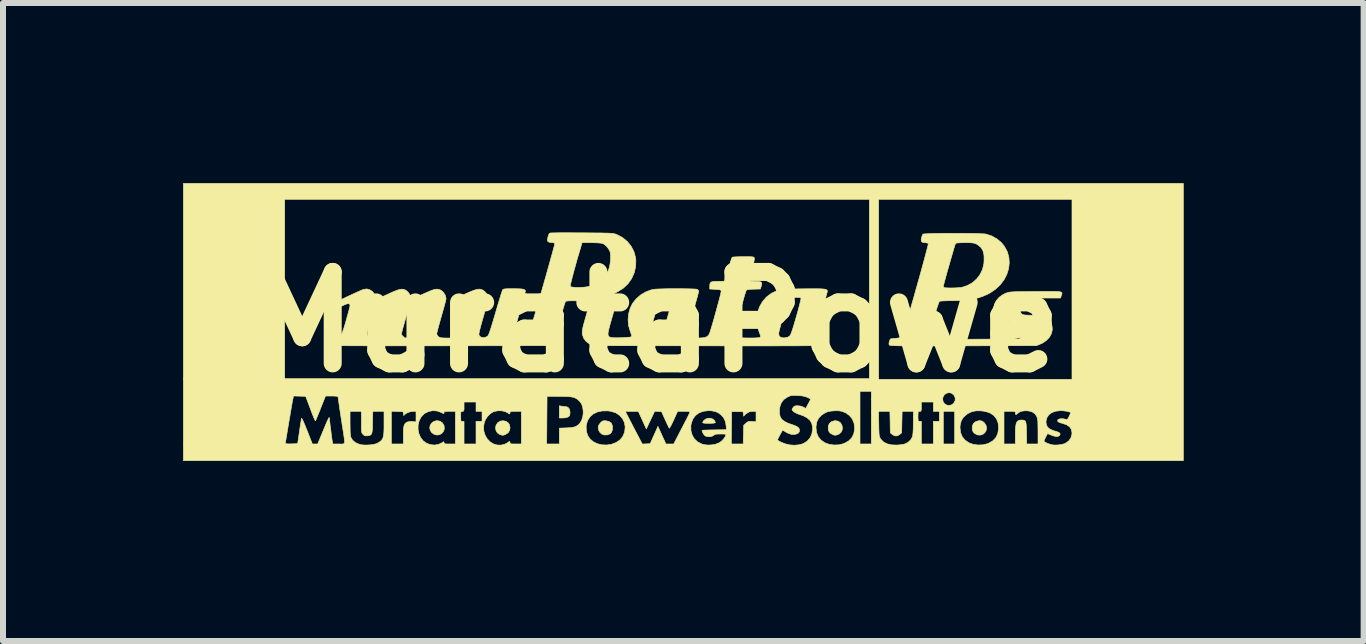
<source format=kicad_pcb>
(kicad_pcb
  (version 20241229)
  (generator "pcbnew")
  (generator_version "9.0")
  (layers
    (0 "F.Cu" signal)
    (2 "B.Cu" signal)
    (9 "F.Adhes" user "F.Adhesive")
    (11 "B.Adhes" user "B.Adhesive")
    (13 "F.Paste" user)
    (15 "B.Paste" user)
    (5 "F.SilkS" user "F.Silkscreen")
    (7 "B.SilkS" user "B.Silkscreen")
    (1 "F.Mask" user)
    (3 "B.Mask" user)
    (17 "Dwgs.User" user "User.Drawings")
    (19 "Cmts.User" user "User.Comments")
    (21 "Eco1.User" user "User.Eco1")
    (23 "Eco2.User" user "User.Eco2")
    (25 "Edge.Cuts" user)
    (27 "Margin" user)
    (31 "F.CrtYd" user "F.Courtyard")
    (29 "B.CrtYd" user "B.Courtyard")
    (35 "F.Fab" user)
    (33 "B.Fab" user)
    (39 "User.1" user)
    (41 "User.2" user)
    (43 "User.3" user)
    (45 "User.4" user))
  (footprint "MurataPower"
    (layer "F.Cu")
    (at 8.335 2.315)
    (property "Reference" "MurataPower" (at 0 0 0) (layer "F.SilkS") (effects (font (size 1.524 1.524) (thickness 0.3))))
    (attr through_hole)
    (fp_poly (pts (xy -2.024 1.403) (xy -1.989 1.408) (xy -1.96 1.41) (xy -1.957 1.41) (xy -1.924 1.42) (xy -1.9 1.448) (xy -1.889 1.489) (xy -1.888 1.502) (xy -1.89 1.534) (xy -1.895 1.558) (xy -1.897 1.562) (xy -1.924 1.584) (xy -1.968 1.596) (xy -2.01 1.599) (xy -2.066 1.599) (xy -2.066 1.396) (xy -2.024 1.403)) (stroke (width 0.01) (type solid)) (fill yes) (layer "F.SilkS"))
    (fp_poly (pts (xy 0.489 1.616) (xy 0.518 1.639) (xy 0.532 1.669) (xy 0.533 1.676) (xy 0.522 1.682) (xy 0.491 1.686) (xy 0.441 1.688) (xy 0.428 1.688) (xy 0.376 1.687) (xy 0.343 1.685) (xy 0.326 1.68) (xy 0.322 1.673) (xy 0.332 1.652) (xy 0.355 1.629) (xy 0.387 1.611) (xy 0.409 1.604) (xy 0.45 1.603) (xy 0.489 1.616)) (stroke (width 0.01) (type solid)) (fill yes) (layer "F.SilkS"))
    (fp_poly (pts (xy -4.05 1.654) (xy -4.012 1.683) (xy -3.987 1.727) (xy -3.986 1.732) (xy -3.982 1.779) (xy -3.996 1.822) (xy -4.024 1.855) (xy -4.062 1.877) (xy -4.107 1.883) (xy -4.148 1.873) (xy -4.191 1.844) (xy -4.216 1.807) (xy -4.225 1.766) (xy -4.219 1.725) (xy -4.198 1.688) (xy -4.164 1.66) (xy -4.118 1.645) (xy -4.097 1.644) (xy -4.05 1.654)) (stroke (width 0.01) (type solid)) (fill yes) (layer "F.SilkS"))
    (fp_poly (pts (xy 4.969 1.648) (xy 4.998 1.665) (xy 5.016 1.681) (xy 5.043 1.722) (xy 5.052 1.765) (xy 5.045 1.806) (xy 5.024 1.842) (xy 4.993 1.869) (xy 4.952 1.883) (xy 4.907 1.882) (xy 4.881 1.873) (xy 4.843 1.849) (xy 4.821 1.817) (xy 4.813 1.784) (xy 4.814 1.732) (xy 4.834 1.69) (xy 4.87 1.66) (xy 4.919 1.645) (xy 4.937 1.644) (xy 4.969 1.648)) (stroke (width 0.01) (type solid)) (fill yes) (layer "F.SilkS"))
    (fp_poly (pts (xy -2.956 1.654) (xy -2.92 1.678) (xy -2.901 1.704) (xy -2.887 1.756) (xy -2.894 1.804) (xy -2.919 1.844) (xy -2.961 1.872) (xy -2.961 1.873) (xy -2.994 1.885) (xy -3.021 1.886) (xy -3.051 1.876) (xy -3.062 1.872) (xy -3.1 1.845) (xy -3.122 1.806) (xy -3.129 1.762) (xy -3.12 1.718) (xy -3.093 1.679) (xy -3.086 1.672) (xy -3.046 1.65) (xy -3 1.645) (xy -2.956 1.654)) (stroke (width 0.01) (type solid)) (fill yes) (layer "F.SilkS"))
    (fp_poly (pts (xy 2.581 1.653) (xy 2.616 1.677) (xy 2.639 1.713) (xy 2.65 1.754) (xy 2.647 1.796) (xy 2.63 1.834) (xy 2.598 1.864) (xy 2.582 1.872) (xy 2.548 1.884) (xy 2.522 1.886) (xy 2.493 1.877) (xy 2.482 1.873) (xy 2.444 1.849) (xy 2.422 1.817) (xy 2.414 1.784) (xy 2.415 1.732) (xy 2.434 1.689) (xy 2.47 1.659) (xy 2.519 1.645) (xy 2.536 1.644) (xy 2.581 1.653)) (stroke (width 0.01) (type solid)) (fill yes) (layer "F.SilkS"))
    (fp_poly (pts (xy -1.287 1.646) (xy -1.237 1.658) (xy -1.203 1.681) (xy -1.185 1.719) (xy -1.181 1.742) (xy -1.181 1.792) (xy -1.195 1.834) (xy -1.22 1.862) (xy -1.221 1.863) (xy -1.269 1.881) (xy -1.321 1.881) (xy -1.355 1.869) (xy -1.389 1.84) (xy -1.412 1.8) (xy -1.419 1.756) (xy -1.417 1.737) (xy -1.404 1.71) (xy -1.382 1.681) (xy -1.376 1.674) (xy -1.354 1.654) (xy -1.333 1.646) (xy -1.304 1.645) (xy -1.287 1.646)) (stroke (width 0.01) (type solid)) (fill yes) (layer "F.SilkS"))
    (fp_poly (pts (xy 4.588 -1.478) (xy 4.681 -1.477) (xy 4.769 -1.476) (xy 4.85 -1.475) (xy 4.92 -1.473) (xy 4.978 -1.47) (xy 5.021 -1.468) (xy 5.044 -1.465) (xy 5.137 -1.434) (xy 5.223 -1.386) (xy 5.299 -1.323) (xy 5.348 -1.262) (xy 5.396 -1.174) (xy 5.423 -1.081) (xy 5.43 -0.985) (xy 5.419 -0.889) (xy 5.39 -0.795) (xy 5.344 -0.705) (xy 5.281 -0.622) (xy 5.203 -0.548) (xy 5.11 -0.485) (xy 5.078 -0.467) (xy 4.992 -0.429) (xy 4.905 -0.4) (xy 4.812 -0.378) (xy 4.708 -0.364) (xy 4.59 -0.357) (xy 4.483 -0.355) (xy 4.417 -0.355) (xy 4.359 -0.353) (xy 4.312 -0.351) (xy 4.28 -0.348) (xy 4.267 -0.346) (xy 4.26 -0.333) (xy 4.249 -0.303) (xy 4.233 -0.258) (xy 4.215 -0.202) (xy 4.196 -0.138) (xy 4.175 -0.071) (xy 4.156 -0.003) (xy 4.137 0.061) (xy 4.121 0.12) (xy 4.109 0.168) (xy 4.101 0.202) (xy 4.099 0.219) (xy 4.107 0.242) (xy 4.127 0.265) (xy 4.128 0.266) (xy 4.134 0.271) (xy 4.141 0.275) (xy 4.151 0.278) (xy 4.165 0.281) (xy 4.184 0.283) (xy 4.211 0.285) (xy 4.248 0.286) (xy 4.295 0.287) (xy 4.355 0.287) (xy 4.429 0.288) (xy 4.518 0.288) (xy 4.625 0.287) (xy 4.752 0.287) (xy 4.876 0.286) (xy 5.594 0.283) (xy 5.636 0.251) (xy 5.674 0.212) (xy 5.699 0.165) (xy 5.709 0.116) (xy 5.705 0.07) (xy 5.685 0.031) (xy 5.681 0.027) (xy 5.669 0.016) (xy 5.656 0.009) (xy 5.638 0.004) (xy 5.611 0.001) (xy 5.57 0.00025) (xy 5.512 0.000001) (xy 5.503 0) (xy 5.427 -0.001) (xy 5.37 -0.005) (xy 5.325 -0.013) (xy 5.29 -0.026) (xy 5.26 -0.046) (xy 5.238 -0.064) (xy 5.197 -0.117) (xy 5.175 -0.176) (xy 5.171 -0.238) (xy 5.185 -0.3) (xy 5.216 -0.359) (xy 5.262 -0.412) (xy 5.323 -0.456) (xy 5.37 -0.479) (xy 5.387 -0.485) (xy 5.404 -0.491) (xy 5.422 -0.495) (xy 5.445 -0.499) (xy 5.474 -0.501) (xy 5.512 -0.504) (xy 5.561 -0.505) (xy 5.623 -0.506) (xy 5.702 -0.507) (xy 5.799 -0.508) (xy 5.867 -0.509) (xy 5.98 -0.51) (xy 6.072 -0.51) (xy 6.146 -0.51) (xy 6.203 -0.509) (xy 6.246 -0.507) (xy 6.276 -0.503) (xy 6.295 -0.498) (xy 6.305 -0.49) (xy 6.308 -0.48) (xy 6.306 -0.467) (xy 6.301 -0.451) (xy 6.297 -0.439) (xy 6.284 -0.4) (xy 6.018 -0.4) (xy 5.925 -0.4) (xy 5.852 -0.398) (xy 5.795 -0.396) (xy 5.751 -0.391) (xy 5.719 -0.384) (xy 5.694 -0.373) (xy 5.674 -0.359) (xy 5.657 -0.34) (xy 5.645 -0.325) (xy 5.622 -0.282) (xy 5.61 -0.234) (xy 5.611 -0.187) (xy 5.625 -0.149) (xy 5.629 -0.144) (xy 5.638 -0.134) (xy 5.649 -0.126) (xy 5.665 -0.121) (xy 5.689 -0.117) (xy 5.726 -0.115) (xy 5.779 -0.113) (xy 5.827 -0.111) (xy 5.906 -0.108) (xy 5.967 -0.102) (xy 6.013 -0.093) (xy 6.048 -0.079) (xy 6.075 -0.059) (xy 6.098 -0.031) (xy 6.117 -0.002) (xy 6.142 0.062) (xy 6.147 0.127) (xy 6.133 0.191) (xy 6.101 0.251) (xy 6.051 0.305) (xy 5.987 0.349) (xy 5.946 0.368) (xy 5.881 0.394) (xy 4.663 0.397) (xy 4.47 0.398) (xy 4.298 0.398) (xy 4.146 0.398) (xy 4.012 0.398) (xy 3.896 0.398) (xy 3.796 0.398) (xy 3.711 0.397) (xy 3.64 0.397) (xy 3.582 0.396) (xy 3.535 0.395) (xy 3.499 0.393) (xy 3.472 0.392) (xy 3.453 0.39) (xy 3.441 0.388) (xy 3.434 0.385) (xy 3.433 0.384) (xy 3.425 0.368) (xy 3.428 0.343) (xy 3.433 0.323) (xy 3.441 0.299) (xy 3.451 0.284) (xy 3.469 0.277) (xy 3.499 0.274) (xy 3.534 0.272) (xy 3.586 0.266) (xy 3.624 0.248) (xy 3.65 0.215) (xy 3.664 0.184) (xy 3.673 0.155) (xy 3.688 0.109) (xy 3.706 0.047) (xy 3.729 -0.028) (xy 3.754 -0.114) (xy 3.781 -0.209) (xy 3.81 -0.311) (xy 3.841 -0.418) (xy 3.871 -0.527) (xy 3.89 -0.592) (xy 4.331 -0.592) (xy 4.34 -0.577) (xy 4.345 -0.574) (xy 4.367 -0.57) (xy 4.405 -0.568) (xy 4.453 -0.567) (xy 4.507 -0.568) (xy 4.56 -0.57) (xy 4.607 -0.574) (xy 4.641 -0.578) (xy 4.645 -0.579) (xy 4.735 -0.609) (xy 4.818 -0.656) (xy 4.888 -0.719) (xy 4.945 -0.794) (xy 4.985 -0.878) (xy 5.006 -0.968) (xy 5.007 -0.972) (xy 5.01 -1.025) (xy 5.01 -1.082) (xy 5.008 -1.119) (xy 4.992 -1.187) (xy 4.96 -1.241) (xy 4.908 -1.284) (xy 4.887 -1.297) (xy 4.864 -1.307) (xy 4.841 -1.314) (xy 4.812 -1.319) (xy 4.773 -1.321) (xy 4.718 -1.322) (xy 4.691 -1.322) (xy 4.624 -1.321) (xy 4.577 -1.318) (xy 4.547 -1.314) (xy 4.535 -1.308) (xy 4.529 -1.294) (xy 4.519 -1.263) (xy 4.505 -1.216) (xy 4.488 -1.157) (xy 4.468 -1.089) (xy 4.447 -1.016) (xy 4.425 -0.939) (xy 4.403 -0.863) (xy 4.383 -0.791) (xy 4.365 -0.725) (xy 4.35 -0.67) (xy 4.339 -0.627) (xy 4.332 -0.6) (xy 4.331 -0.592) (xy 3.89 -0.592) (xy 3.902 -0.637) (xy 3.933 -0.745) (xy 3.962 -0.85) (xy 3.989 -0.949) (xy 4.014 -1.04) (xy 4.035 -1.121) (xy 4.054 -1.19) (xy 4.068 -1.244) (xy 4.077 -1.282) (xy 4.081 -1.301) (xy 4.081 -1.303) (xy 4.067 -1.316) (xy 4.038 -1.321) (xy 4.025 -1.322) (xy 3.987 -1.326) (xy 3.967 -1.341) (xy 3.962 -1.369) (xy 3.968 -1.404) (xy 3.978 -1.436) (xy 3.988 -1.459) (xy 3.99 -1.463) (xy 4.004 -1.467) (xy 4.036 -1.469) (xy 4.086 -1.472) (xy 4.15 -1.474) (xy 4.226 -1.476) (xy 4.31 -1.477) (xy 4.4 -1.478) (xy 4.494 -1.478) (xy 4.588 -1.478)) (stroke (width 0.01) (type solid)) (fill yes) (layer "F.SilkS"))
    (fp_poly (pts (xy -1.871 -1.487) (xy -1.771 -1.486) (xy -1.683 -1.486) (xy -1.563 -1.485) (xy -1.463 -1.484) (xy -1.381 -1.484) (xy -1.315 -1.482) (xy -1.263 -1.481) (xy -1.222 -1.479) (xy -1.191 -1.477) (xy -1.167 -1.474) (xy -1.148 -1.47) (xy -1.133 -1.466) (xy -1.118 -1.461) (xy -1.111 -1.458) (xy -1.015 -1.408) (xy -0.935 -1.343) (xy -0.871 -1.264) (xy -0.824 -1.175) (xy -0.797 -1.076) (xy -0.791 -1.027) (xy -0.795 -0.921) (xy -0.819 -0.819) (xy -0.861 -0.724) (xy -0.921 -0.639) (xy -0.997 -0.566) (xy -1.087 -0.509) (xy -1.101 -0.502) (xy -1.141 -0.482) (xy -1.17 -0.464) (xy -1.187 -0.451) (xy -1.188 -0.447) (xy -1.183 -0.43) (xy -1.172 -0.402) (xy -1.167 -0.392) (xy -1.153 -0.363) (xy -1.144 -0.337) (xy -1.139 -0.31) (xy -1.14 -0.278) (xy -1.146 -0.239) (xy -1.157 -0.189) (xy -1.174 -0.124) (xy -1.198 -0.041) (xy -1.198 -0.04) (xy -1.222 0.043) (xy -1.239 0.109) (xy -1.25 0.158) (xy -1.255 0.193) (xy -1.253 0.219) (xy -1.246 0.236) (xy -1.233 0.247) (xy -1.215 0.256) (xy -1.214 0.257) (xy -1.192 0.26) (xy -1.155 0.262) (xy -1.107 0.263) (xy -1.054 0.262) (xy -0.999 0.26) (xy -0.947 0.257) (xy -0.903 0.253) (xy -0.873 0.248) (xy -0.86 0.243) (xy -0.861 0.229) (xy -0.869 0.2) (xy -0.87 0.197) (xy -0.555 0.197) (xy -0.547 0.233) (xy -0.521 0.256) (xy -0.478 0.264) (xy -0.452 0.263) (xy -0.404 0.253) (xy -0.371 0.232) (xy -0.361 0.218) (xy -0.35 0.194) (xy -0.336 0.158) (xy -0.319 0.108) (xy -0.298 0.041) (xy -0.273 -0.045) (xy -0.261 -0.089) (xy -0.239 -0.166) (xy -0.22 -0.237) (xy -0.204 -0.298) (xy -0.192 -0.347) (xy -0.184 -0.381) (xy -0.183 -0.396) (xy -0.183 -0.397) (xy -0.198 -0.406) (xy -0.235 -0.41) (xy -0.256 -0.411) (xy -0.319 -0.405) (xy -0.365 -0.386) (xy -0.397 -0.354) (xy -0.403 -0.346) (xy -0.412 -0.324) (xy -0.425 -0.286) (xy -0.441 -0.234) (xy -0.46 -0.172) (xy -0.479 -0.105) (xy -0.499 -0.036) (xy -0.517 0.031) (xy -0.533 0.092) (xy -0.545 0.143) (xy -0.553 0.18) (xy -0.555 0.197) (xy -0.87 0.197) (xy -0.882 0.162) (xy -0.884 0.158) (xy -0.912 0.063) (xy -0.921 -0.036) (xy -0.912 -0.136) (xy -0.886 -0.231) (xy -0.846 -0.311) (xy -0.786 -0.386) (xy -0.711 -0.451) (xy -0.625 -0.502) (xy -0.535 -0.536) (xy -0.494 -0.544) (xy -0.463 -0.548) (xy -0.416 -0.55) (xy -0.355 -0.552) (xy -0.285 -0.554) (xy -0.208 -0.555) (xy -0.128 -0.555) (xy -0.049 -0.555) (xy 0.027 -0.554) (xy 0.096 -0.553) (xy 0.155 -0.551) (xy 0.2 -0.549) (xy 0.227 -0.546) (xy 0.234 -0.544) (xy 0.251 -0.526) (xy 0.255 -0.512) (xy 0.252 -0.497) (xy 0.244 -0.463) (xy 0.231 -0.414) (xy 0.213 -0.351) (xy 0.193 -0.278) (xy 0.17 -0.198) (xy 0.161 -0.166) (xy 0.137 -0.083) (xy 0.115 -0.006) (xy 0.096 0.063) (xy 0.081 0.12) (xy 0.071 0.163) (xy 0.065 0.189) (xy 0.065 0.193) (xy 0.068 0.222) (xy 0.081 0.243) (xy 0.108 0.256) (xy 0.152 0.264) (xy 0.214 0.266) (xy 0.23 0.267) (xy 0.3 0.265) (xy 0.352 0.259) (xy 0.389 0.246) (xy 0.414 0.227) (xy 0.432 0.199) (xy 0.438 0.185) (xy 0.449 0.152) (xy 0.464 0.104) (xy 0.482 0.044) (xy 0.502 -0.024) (xy 0.523 -0.099) (xy 0.544 -0.175) (xy 0.565 -0.252) (xy 0.584 -0.324) (xy 0.602 -0.389) (xy 0.616 -0.444) (xy 0.625 -0.485) (xy 0.63 -0.51) (xy 0.631 -0.515) (xy 0.627 -0.527) (xy 0.617 -0.534) (xy 0.597 -0.539) (xy 0.561 -0.542) (xy 0.533 -0.544) (xy 0.439 -0.55) (xy 0.44 -0.596) (xy 0.442 -0.63) (xy 0.45 -0.653) (xy 0.467 -0.667) (xy 0.498 -0.675) (xy 0.544 -0.677) (xy 0.579 -0.677) (xy 0.625 -0.678) (xy 0.662 -0.679) (xy 0.684 -0.68) (xy 0.689 -0.681) (xy 0.692 -0.698) (xy 0.701 -0.731) (xy 0.713 -0.776) (xy 0.729 -0.829) (xy 0.747 -0.885) (xy 0.765 -0.941) (xy 0.782 -0.993) (xy 0.796 -1.036) (xy 0.807 -1.066) (xy 0.814 -1.079) (xy 0.814 -1.08) (xy 0.829 -1.082) (xy 0.863 -1.085) (xy 0.91 -1.087) (xy 0.967 -1.088) (xy 1.002 -1.088) (xy 1.068 -1.088) (xy 1.115 -1.088) (xy 1.146 -1.086) (xy 1.165 -1.083) (xy 1.176 -1.078) (xy 1.181 -1.071) (xy 1.183 -1.063) (xy 1.183 -1.043) (xy 1.176 -1.006) (xy 1.165 -0.957) (xy 1.15 -0.898) (xy 1.143 -0.874) (xy 1.128 -0.816) (xy 1.115 -0.765) (xy 1.107 -0.725) (xy 1.103 -0.7) (xy 1.104 -0.694) (xy 1.113 -0.685) (xy 1.134 -0.68) (xy 1.172 -0.678) (xy 1.198 -0.677) (xy 1.251 -0.676) (xy 1.285 -0.67) (xy 1.303 -0.657) (xy 1.307 -0.635) (xy 1.299 -0.601) (xy 1.298 -0.597) (xy 1.283 -0.55) (xy 1.169 -0.547) (xy 1.116 -0.545) (xy 1.081 -0.541) (xy 1.06 -0.536) (xy 1.049 -0.529) (xy 1.046 -0.524) (xy 1.041 -0.509) (xy 1.03 -0.476) (xy 1.015 -0.426) (xy 0.997 -0.363) (xy 0.976 -0.289) (xy 0.952 -0.208) (xy 0.939 -0.16) (xy 0.908 -0.05) (xy 0.884 0.042) (xy 0.865 0.115) (xy 0.853 0.169) (xy 0.848 0.202) (xy 0.848 0.213) (xy 0.863 0.238) (xy 0.883 0.254) (xy 0.904 0.258) (xy 0.942 0.262) (xy 0.992 0.264) (xy 1.048 0.266) (xy 1.108 0.266) (xy 1.165 0.266) (xy 1.215 0.264) (xy 1.253 0.261) (xy 1.274 0.257) (xy 1.276 0.256) (xy 1.283 0.251) (xy 1.286 0.244) (xy 1.285 0.232) (xy 1.279 0.209) (xy 1.274 0.196) (xy 1.588 0.196) (xy 1.597 0.233) (xy 1.623 0.256) (xy 1.665 0.264) (xy 1.692 0.263) (xy 1.739 0.253) (xy 1.772 0.232) (xy 1.782 0.218) (xy 1.794 0.193) (xy 1.808 0.156) (xy 1.825 0.104) (xy 1.846 0.035) (xy 1.872 -0.052) (xy 1.883 -0.092) (xy 1.905 -0.169) (xy 1.924 -0.24) (xy 1.94 -0.302) (xy 1.952 -0.351) (xy 1.959 -0.384) (xy 1.96 -0.399) (xy 1.96 -0.4) (xy 1.946 -0.406) (xy 1.917 -0.41) (xy 1.882 -0.411) (xy 1.841 -0.41) (xy 1.814 -0.405) (xy 1.792 -0.393) (xy 1.771 -0.375) (xy 1.758 -0.362) (xy 1.746 -0.347) (xy 1.736 -0.328) (xy 1.725 -0.302) (xy 1.712 -0.265) (xy 1.696 -0.214) (xy 1.676 -0.147) (xy 1.66 -0.089) (xy 1.639 -0.016) (xy 1.621 0.052) (xy 1.606 0.11) (xy 1.595 0.157) (xy 1.589 0.188) (xy 1.588 0.196) (xy 1.274 0.196) (xy 1.266 0.173) (xy 1.25 0.128) (xy 1.226 0.029) (xy 1.223 -0.07) (xy 1.238 -0.167) (xy 1.272 -0.259) (xy 1.321 -0.343) (xy 1.386 -0.417) (xy 1.465 -0.477) (xy 1.556 -0.521) (xy 1.566 -0.524) (xy 1.587 -0.531) (xy 1.609 -0.537) (xy 1.633 -0.541) (xy 1.663 -0.544) (xy 1.702 -0.547) (xy 1.751 -0.549) (xy 1.814 -0.55) (xy 1.894 -0.552) (xy 1.994 -0.553) (xy 1.996 -0.553) (xy 2.101 -0.554) (xy 2.187 -0.554) (xy 2.254 -0.554) (xy 2.306 -0.552) (xy 2.344 -0.549) (xy 2.37 -0.544) (xy 2.386 -0.538) (xy 2.395 -0.53) (xy 2.399 -0.519) (xy 2.399 -0.513) (xy 2.396 -0.498) (xy 2.388 -0.465) (xy 2.374 -0.415) (xy 2.357 -0.352) (xy 2.337 -0.279) (xy 2.314 -0.198) (xy 2.3 -0.15) (xy 2.27 -0.041) (xy 2.245 0.049) (xy 2.227 0.121) (xy 2.215 0.173) (xy 2.21 0.206) (xy 2.21 0.217) (xy 2.231 0.244) (xy 2.271 0.261) (xy 2.328 0.266) (xy 2.328 0.266) (xy 2.366 0.269) (xy 2.392 0.277) (xy 2.397 0.281) (xy 2.403 0.303) (xy 2.399 0.334) (xy 2.387 0.365) (xy 2.369 0.387) (xy 2.366 0.389) (xy 2.352 0.39) (xy 2.317 0.392) (xy 2.262 0.393) (xy 2.185 0.394) (xy 2.086 0.395) (xy 1.967 0.396) (xy 1.826 0.397) (xy 1.663 0.397) (xy 1.479 0.398) (xy 1.273 0.398) (xy 1.044 0.398) (xy 0.794 0.398) (xy 0.522 0.397) (xy 0.42 0.397) (xy -1.505 0.394) (xy -1.56 0.367) (xy -1.618 0.326) (xy -1.659 0.273) (xy -1.682 0.209) (xy -1.684 0.194) (xy -1.685 0.171) (xy -1.683 0.145) (xy -1.678 0.112) (xy -1.668 0.068) (xy -1.653 0.011) (xy -1.632 -0.063) (xy -1.628 -0.078) (xy -1.607 -0.151) (xy -1.592 -0.206) (xy -1.582 -0.246) (xy -1.576 -0.273) (xy -1.574 -0.292) (xy -1.576 -0.305) (xy -1.581 -0.315) (xy -1.587 -0.322) (xy -1.595 -0.333) (xy -1.605 -0.34) (xy -1.62 -0.345) (xy -1.644 -0.349) (xy -1.68 -0.351) (xy -1.732 -0.352) (xy -1.779 -0.353) (xy -1.85 -0.354) (xy -1.902 -0.353) (xy -1.936 -0.35) (xy -1.956 -0.346) (xy -1.963 -0.342) (xy -1.969 -0.328) (xy -1.98 -0.295) (xy -1.995 -0.247) (xy -2.014 -0.186) (xy -2.034 -0.115) (xy -2.057 -0.037) (xy -2.06 -0.028) (xy -2.088 0.069) (xy -2.111 0.147) (xy -2.131 0.208) (xy -2.149 0.256) (xy -2.165 0.292) (xy -2.182 0.318) (xy -2.2 0.338) (xy -2.221 0.354) (xy -2.245 0.368) (xy -2.247 0.369) (xy -2.293 0.394) (xy -4.087 0.397) (xy -4.356 0.397) (xy -4.603 0.397) (xy -4.828 0.397) (xy -5.031 0.397) (xy -5.212 0.397) (xy -5.372 0.396) (xy -5.511 0.396) (xy -5.628 0.395) (xy -5.724 0.394) (xy -5.799 0.392) (xy -5.853 0.391) (xy -5.887 0.39) (xy -5.9 0.388) (xy -5.916 0.37) (xy -5.918 0.34) (xy -5.908 0.303) (xy -5.9 0.285) (xy -5.89 0.274) (xy -5.871 0.269) (xy -5.837 0.266) (xy -5.819 0.265) (xy -5.783 0.262) (xy -5.754 0.257) (xy -5.731 0.246) (xy -5.711 0.228) (xy -5.693 0.201) (xy -5.692 0.198) (xy -5.271 0.198) (xy -5.268 0.223) (xy -5.258 0.241) (xy -5.243 0.252) (xy -5.242 0.252) (xy -5.209 0.264) (xy -5.18 0.262) (xy -5.147 0.246) (xy -5.12 0.222) (xy -5.104 0.2) (xy -4.698 0.2) (xy -4.69 0.218) (xy -4.67 0.24) (xy -4.646 0.258) (xy -4.626 0.267) (xy -4.626 0.267) (xy -4.604 0.262) (xy -4.574 0.252) (xy -4.57 0.25) (xy -4.541 0.233) (xy -4.522 0.212) (xy -4.52 0.209) (xy -4.511 0.185) (xy -4.499 0.145) (xy -4.483 0.094) (xy -4.466 0.034) (xy -4.448 -0.029) (xy -4.43 -0.094) (xy -4.414 -0.155) (xy -4.4 -0.21) (xy -4.389 -0.255) (xy -4.382 -0.285) (xy -4.381 -0.297) (xy -4.395 -0.31) (xy -4.403 -0.311) (xy -4.426 -0.306) (xy -4.459 -0.294) (xy -4.497 -0.276) (xy -4.534 -0.257) (xy -4.563 -0.24) (xy -4.579 -0.226) (xy -4.58 -0.224) (xy -4.599 -0.159) (xy -4.619 -0.09) (xy -4.638 -0.022) (xy -4.656 0.043) (xy -4.673 0.101) (xy -4.685 0.149) (xy -4.694 0.183) (xy -4.698 0.199) (xy -4.698 0.2) (xy -5.104 0.2) (xy -5.1 0.194) (xy -5.1 0.193) (xy -5.089 0.163) (xy -5.076 0.119) (xy -5.059 0.064) (xy -5.042 0.003) (xy -5.024 -0.061) (xy -5.008 -0.124) (xy -4.993 -0.183) (xy -4.98 -0.233) (xy -4.972 -0.27) (xy -4.969 -0.292) (xy -4.969 -0.295) (xy -4.979 -0.307) (xy -4.999 -0.308) (xy -5.032 -0.299) (xy -5.08 -0.277) (xy -5.087 -0.274) (xy -5.159 -0.238) (xy -5.217 -0.039) (xy -5.241 0.046) (xy -5.258 0.111) (xy -5.268 0.161) (xy -5.271 0.198) (xy -5.692 0.198) (xy -5.676 0.16) (xy -5.657 0.105) (xy -5.635 0.033) (xy -5.619 -0.023) (xy -5.6 -0.092) (xy -5.582 -0.155) (xy -5.568 -0.208) (xy -5.558 -0.249) (xy -5.554 -0.272) (xy -5.553 -0.275) (xy -5.56 -0.299) (xy -5.581 -0.307) (xy -5.616 -0.299) (xy -5.649 -0.285) (xy -5.694 -0.265) (xy -5.725 -0.257) (xy -5.746 -0.262) (xy -5.76 -0.28) (xy -5.764 -0.289) (xy -5.773 -0.315) (xy -5.769 -0.332) (xy -5.763 -0.339) (xy -5.748 -0.348) (xy -5.717 -0.364) (xy -5.674 -0.386) (xy -5.621 -0.412) (xy -5.563 -0.439) (xy -5.503 -0.467) (xy -5.446 -0.493) (xy -5.395 -0.516) (xy -5.354 -0.533) (xy -5.327 -0.544) (xy -5.326 -0.544) (xy -5.273 -0.551) (xy -5.223 -0.537) (xy -5.177 -0.505) (xy -5.14 -0.457) (xy -5.127 -0.43) (xy -5.114 -0.404) (xy -5.101 -0.39) (xy -5.097 -0.389) (xy -5.084 -0.393) (xy -5.053 -0.406) (xy -5.01 -0.424) (xy -4.957 -0.448) (xy -4.911 -0.469) (xy -4.837 -0.503) (xy -4.779 -0.526) (xy -4.733 -0.541) (xy -4.697 -0.547) (xy -4.667 -0.546) (xy -4.639 -0.537) (xy -4.619 -0.526) (xy -4.593 -0.504) (xy -4.566 -0.47) (xy -4.554 -0.45) (xy -4.536 -0.42) (xy -4.52 -0.398) (xy -4.513 -0.392) (xy -4.5 -0.395) (xy -4.47 -0.407) (xy -4.427 -0.424) (xy -4.375 -0.448) (xy -4.331 -0.468) (xy -4.255 -0.502) (xy -4.195 -0.527) (xy -4.148 -0.542) (xy -4.11 -0.548) (xy -4.079 -0.545) (xy -4.05 -0.535) (xy -4.029 -0.524) (xy -3.995 -0.492) (xy -3.968 -0.448) (xy -3.955 -0.4) (xy -3.954 -0.387) (xy -3.957 -0.37) (xy -3.965 -0.335) (xy -3.978 -0.285) (xy -3.995 -0.224) (xy -4.015 -0.153) (xy -4.032 -0.094) (xy -4.053 -0.019) (xy -4.072 0.05) (xy -4.088 0.109) (xy -4.1 0.156) (xy -4.107 0.187) (xy -4.109 0.198) (xy -4.101 0.22) (xy -4.081 0.243) (xy -4.08 0.244) (xy -4.066 0.253) (xy -4.048 0.26) (xy -4.024 0.264) (xy -3.988 0.266) (xy -3.936 0.267) (xy -3.909 0.267) (xy -3.848 0.266) (xy -3.805 0.264) (xy -3.778 0.261) (xy -3.761 0.255) (xy -3.753 0.249) (xy -3.745 0.234) (xy -3.75 0.215) (xy -3.759 0.198) (xy -3.77 0.175) (xy -3.776 0.15) (xy -3.777 0.119) (xy -3.772 0.079) (xy -3.761 0.027) (xy -3.744 -0.04) (xy -3.726 -0.104) (xy -3.706 -0.178) (xy -3.692 -0.233) (xy -3.685 -0.271) (xy -3.685 -0.295) (xy -3.694 -0.307) (xy -3.711 -0.309) (xy -3.736 -0.303) (xy -3.76 -0.295) (xy -3.796 -0.283) (xy -3.817 -0.28) (xy -3.828 -0.284) (xy -3.833 -0.289) (xy -3.846 -0.317) (xy -3.852 -0.345) (xy -3.848 -0.364) (xy -3.847 -0.365) (xy -3.834 -0.373) (xy -3.805 -0.387) (xy -3.761 -0.408) (xy -3.708 -0.433) (xy -3.648 -0.461) (xy -3.57 -0.496) (xy -3.507 -0.522) (xy -3.458 -0.539) (xy -3.419 -0.547) (xy -3.387 -0.547) (xy -3.359 -0.54) (xy -3.332 -0.527) (xy -3.332 -0.527) (xy -3.293 -0.492) (xy -3.266 -0.445) (xy -3.254 -0.394) (xy -3.254 -0.39) (xy -3.257 -0.369) (xy -3.266 -0.331) (xy -3.279 -0.277) (xy -3.296 -0.213) (xy -3.317 -0.141) (xy -3.333 -0.083) (xy -3.361 0.012) (xy -3.382 0.09) (xy -3.397 0.151) (xy -3.405 0.192) (xy -3.406 0.213) (xy -3.406 0.214) (xy -3.389 0.241) (xy -3.359 0.257) (xy -3.322 0.26) (xy -3.285 0.25) (xy -3.255 0.229) (xy -3.244 0.21) (xy -3.229 0.17) (xy -3.208 0.109) (xy -3.183 0.028) (xy -3.152 -0.075) (xy -3.127 -0.16) (xy -3.102 -0.247) (xy -3.078 -0.327) (xy -3.056 -0.398) (xy -3.038 -0.457) (xy -3.023 -0.503) (xy -3.013 -0.531) (xy -3.009 -0.54) (xy -2.998 -0.546) (xy -2.977 -0.551) (xy -2.942 -0.554) (xy -2.891 -0.555) (xy -2.836 -0.555) (xy -2.761 -0.554) (xy -2.706 -0.552) (xy -2.668 -0.546) (xy -2.645 -0.538) (xy -2.634 -0.526) (xy -2.632 -0.515) (xy -2.635 -0.501) (xy -2.644 -0.467) (xy -2.657 -0.418) (xy -2.674 -0.356) (xy -2.694 -0.284) (xy -2.716 -0.203) (xy -2.727 -0.165) (xy -2.753 -0.074) (xy -2.776 0.009) (xy -2.794 0.081) (xy -2.808 0.138) (xy -2.816 0.179) (xy -2.819 0.202) (xy -2.819 0.203) (xy -2.81 0.233) (xy -2.789 0.251) (xy -2.753 0.259) (xy -2.699 0.258) (xy -2.685 0.257) (xy -2.632 0.248) (xy -2.598 0.235) (xy -2.588 0.227) (xy -2.58 0.211) (xy -2.567 0.175) (xy -2.548 0.118) (xy -2.524 0.04) (xy -2.494 -0.059) (xy -2.458 -0.18) (xy -2.417 -0.321) (xy -2.37 -0.484) (xy -2.355 -0.536) (xy -2.337 -0.6) (xy -1.884 -0.6) (xy -1.884 -0.595) (xy -1.87 -0.586) (xy -1.838 -0.58) (xy -1.794 -0.576) (xy -1.741 -0.576) (xy -1.684 -0.578) (xy -1.629 -0.583) (xy -1.578 -0.591) (xy -1.542 -0.599) (xy -1.451 -0.639) (xy -1.371 -0.696) (xy -1.304 -0.768) (xy -1.254 -0.851) (xy -1.242 -0.879) (xy -1.228 -0.929) (xy -1.218 -0.988) (xy -1.213 -1.051) (xy -1.213 -1.11) (xy -1.218 -1.158) (xy -1.221 -1.171) (xy -1.245 -1.218) (xy -1.28 -1.262) (xy -1.321 -1.296) (xy -1.341 -1.307) (xy -1.371 -1.314) (xy -1.422 -1.319) (xy -1.493 -1.321) (xy -1.532 -1.322) (xy -1.687 -1.322) (xy -1.714 -1.23) (xy -1.741 -1.14) (xy -1.768 -1.049) (xy -1.793 -0.959) (xy -1.817 -0.873) (xy -1.838 -0.795) (xy -1.856 -0.725) (xy -1.87 -0.668) (xy -1.88 -0.626) (xy -1.884 -0.6) (xy -2.337 -0.6) (xy -2.32 -0.66) (xy -2.286 -0.778) (xy -2.255 -0.889) (xy -2.227 -0.99) (xy -2.202 -1.081) (xy -2.18 -1.157) (xy -2.164 -1.22) (xy -2.151 -1.265) (xy -2.145 -1.292) (xy -2.144 -1.299) (xy -2.147 -1.314) (xy -2.163 -1.321) (xy -2.186 -1.322) (xy -2.219 -1.326) (xy -2.246 -1.335) (xy -2.249 -1.337) (xy -2.26 -1.347) (xy -2.265 -1.361) (xy -2.262 -1.385) (xy -2.256 -1.415) (xy -2.245 -1.453) (xy -2.234 -1.474) (xy -2.218 -1.483) (xy -2.218 -1.483) (xy -2.202 -1.484) (xy -2.166 -1.485) (xy -2.113 -1.486) (xy -2.044 -1.487) (xy -1.963 -1.487) (xy -1.871 -1.487)) (stroke (width 0.01) (type solid)) (fill yes) (layer "F.SilkS"))
    (fp_poly (pts (xy 8.33 2.31) (xy -8.33 2.31) (xy -8.33 2.02) (xy -6.63 2.02) (xy -6.622 2.027) (xy -6.595 2.03) (xy -6.549 2.031) (xy -6.528 2.03) (xy -6.426 2.027) (xy -6.396 1.827) (xy -6.387 1.761) (xy -6.378 1.702) (xy -6.37 1.654) (xy -6.365 1.62) (xy -6.362 1.605) (xy -6.357 1.607) (xy -6.344 1.629) (xy -6.326 1.669) (xy -6.302 1.725) (xy -6.273 1.797) (xy -6.269 1.807) (xy -6.181 2.032) (xy -6.092 2.032) (xy -6.004 1.819) (xy -5.971 1.739) (xy -5.945 1.678) (xy -5.926 1.635) (xy -5.912 1.607) (xy -5.903 1.593) (xy -5.899 1.591) (xy -5.897 1.599) (xy -5.897 1.6) (xy -5.896 1.617) (xy -5.892 1.652) (xy -5.887 1.7) (xy -5.88 1.756) (xy -5.872 1.815) (xy -5.865 1.874) (xy -5.858 1.927) (xy -5.852 1.969) (xy -5.847 1.997) (xy -5.846 2.002) (xy -5.84 2.032) (xy -5.741 2.032) (xy -5.705 2.033) (xy -5.678 2.033) (xy -5.66 2.029) (xy -5.649 2.019) (xy -5.644 1.999) (xy -5.646 1.968) (xy -5.652 1.922) (xy -5.661 1.858) (xy -5.669 1.807) (xy -5.682 1.727) (xy -5.696 1.636) (xy -5.71 1.543) (xy -5.718 1.488) (xy -5.553 1.488) (xy -5.553 1.687) (xy -5.552 1.758) (xy -5.551 1.82) (xy -5.548 1.871) (xy -5.544 1.906) (xy -5.541 1.918) (xy -5.51 1.97) (xy -5.461 2.01) (xy -5.395 2.038) (xy -5.372 2.044) (xy -5.326 2.049) (xy -5.269 2.05) (xy -5.209 2.046) (xy -5.155 2.038) (xy -5.133 2.032) (xy -4.865 2.032) (xy -4.665 2.032) (xy -4.665 1.888) (xy -4.664 1.815) (xy -4.662 1.789) (xy -4.42 1.789) (xy -4.406 1.859) (xy -4.378 1.924) (xy -4.336 1.978) (xy -4.281 2.019) (xy -4.215 2.043) (xy -4.145 2.05) (xy -4.079 2.039) (xy -4.029 2.015) (xy -4.003 1.999) (xy -3.991 1.995) (xy -3.987 2.002) (xy -3.987 2.01) (xy -3.985 2.021) (xy -3.977 2.028) (xy -3.959 2.031) (xy -3.925 2.032) (xy -3.893 2.032) (xy -3.798 2.032) (xy -3.798 1.572) (xy -3.709 1.572) (xy -3.709 1.614) (xy -3.707 1.639) (xy -3.702 1.651) (xy -3.691 1.655) (xy -3.682 1.655) (xy -3.654 1.655) (xy -3.654 2.032) (xy -3.454 2.032) (xy -3.454 1.75) (xy -3.329 1.75) (xy -3.323 1.822) (xy -3.302 1.888) (xy -3.267 1.947) (xy -3.221 1.995) (xy -3.166 2.03) (xy -3.104 2.049) (xy -3.038 2.051) (xy -2.984 2.039) (xy -2.951 2.024) (xy -2.925 2.008) (xy -2.922 2.006) (xy -2.901 1.99) (xy -2.89 1.993) (xy -2.888 2.01) (xy -2.886 2.021) (xy -2.878 2.028) (xy -2.859 2.031) (xy -2.825 2.032) (xy -2.793 2.032) (xy -2.699 2.032) (xy -2.277 2.032) (xy -2.066 2.032) (xy -2.066 1.768) (xy -1.946 1.764) (xy -1.878 1.76) (xy -1.827 1.752) (xy -1.789 1.739) (xy -1.619 1.739) (xy -1.616 1.82) (xy -1.593 1.892) (xy -1.559 1.943) (xy -1.503 1.993) (xy -1.435 2.027) (xy -1.358 2.046) (xy -1.276 2.049) (xy -1.194 2.036) (xy -1.125 2.01) (xy -1.059 1.967) (xy -1.011 1.911) (xy -0.981 1.842) (xy -0.977 1.825) (xy -0.969 1.747) (xy -0.982 1.675) (xy -1.013 1.611) (xy -1.06 1.557) (xy -1.122 1.515) (xy -1.198 1.489) (xy -1.2 1.488) (xy -0.968 1.488) (xy -0.851 1.713) (xy -0.816 1.781) (xy -0.782 1.845) (xy -0.753 1.901) (xy -0.729 1.947) (xy -0.713 1.978) (xy -0.709 1.986) (xy -0.683 2.033) (xy -0.618 2.03) (xy -0.553 2.027) (xy -0.488 1.883) (xy -0.423 1.738) (xy -0.399 1.794) (xy -0.382 1.83) (xy -0.361 1.878) (xy -0.338 1.928) (xy -0.332 1.941) (xy -0.29 2.032) (xy -0.226 2.032) (xy -0.161 2.032) (xy -0.028 1.775) (xy -0.003 1.728) (xy 0.125 1.728) (xy 0.126 1.81) (xy 0.147 1.884) (xy 0.184 1.947) (xy 0.238 1.997) (xy 0.306 2.032) (xy 0.346 2.043) (xy 0.407 2.05) (xy 0.473 2.047) (xy 0.537 2.036) (xy 0.547 2.032) (xy 0.799 2.032) (xy 0.998 2.032) (xy 0.999 1.965) (xy 1.566 1.965) (xy 1.596 1.985) (xy 1.622 1.999) (xy 1.66 2.015) (xy 1.699 2.03) (xy 1.771 2.047) (xy 1.85 2.053) (xy 1.926 2.046) (xy 1.993 2.028) (xy 1.999 2.025) (xy 2.063 1.985) (xy 2.111 1.931) (xy 2.141 1.865) (xy 2.153 1.788) (xy 2.153 1.761) (xy 2.21 1.761) (xy 2.219 1.842) (xy 2.247 1.911) (xy 2.294 1.968) (xy 2.358 2.012) (xy 2.43 2.038) (xy 2.511 2.049) (xy 2.593 2.046) (xy 2.67 2.027) (xy 2.687 2.02) (xy 2.757 1.979) (xy 2.808 1.926) (xy 2.84 1.86) (xy 2.854 1.782) (xy 2.854 1.764) (xy 2.844 1.686) (xy 2.815 1.616) (xy 2.768 1.558) (xy 2.705 1.513) (xy 2.639 1.487) (xy 2.59 1.479) (xy 2.53 1.478) (xy 2.468 1.483) (xy 2.411 1.493) (xy 2.37 1.508) (xy 2.301 1.552) (xy 2.253 1.603) (xy 2.223 1.665) (xy 2.211 1.738) (xy 2.21 1.761) (xy 2.153 1.761) (xy 2.152 1.748) (xy 2.139 1.688) (xy 2.11 1.638) (xy 2.062 1.596) (xy 1.996 1.561) (xy 1.928 1.538) (xy 1.884 1.521) (xy 1.846 1.5) (xy 1.82 1.477) (xy 1.81 1.457) (xy 1.817 1.441) (xy 1.832 1.42) (xy 1.85 1.403) (xy 1.874 1.396) (xy 1.908 1.395) (xy 1.962 1.402) (xy 2.001 1.418) (xy 2.039 1.44) (xy 2.08 1.365) (xy 2.1 1.328) (xy 2.114 1.3) (xy 2.121 1.285) (xy 2.121 1.285) (xy 2.112 1.278) (xy 2.088 1.266) (xy 2.063 1.254) (xy 2.022 1.24) (xy 1.974 1.23) (xy 1.913 1.225) (xy 1.899 1.224) (xy 1.848 1.223) (xy 1.813 1.224) (xy 1.785 1.229) (xy 1.759 1.238) (xy 1.733 1.251) (xy 1.673 1.292) (xy 1.632 1.345) (xy 1.608 1.412) (xy 1.601 1.465) (xy 1.602 1.53) (xy 1.615 1.582) (xy 1.642 1.623) (xy 1.686 1.657) (xy 1.747 1.687) (xy 1.799 1.705) (xy 1.859 1.726) (xy 1.9 1.746) (xy 1.923 1.766) (xy 1.933 1.788) (xy 1.933 1.788) (xy 1.933 1.824) (xy 1.918 1.848) (xy 1.897 1.861) (xy 1.849 1.874) (xy 1.792 1.87) (xy 1.732 1.847) (xy 1.71 1.835) (xy 1.656 1.801) (xy 1.64 1.825) (xy 1.627 1.848) (xy 1.608 1.883) (xy 1.595 1.907) (xy 1.566 1.965) (xy 0.999 1.965) (xy 1.005 1.72) (xy 1.043 1.686) (xy 1.066 1.667) (xy 1.087 1.658) (xy 1.115 1.655) (xy 1.145 1.657) (xy 1.211 1.662) (xy 1.211 1.488) (xy 1.16 1.488) (xy 1.098 1.497) (xy 1.047 1.526) (xy 1.027 1.544) (xy 1.005 1.569) (xy 0.994 1.494) (xy 0.805 1.494) (xy 0.802 1.763) (xy 0.799 2.032) (xy 0.547 2.032) (xy 0.587 2.018) (xy 0.631 1.989) (xy 0.67 1.95) (xy 0.698 1.908) (xy 0.705 1.891) (xy 0.708 1.879) (xy 0.704 1.871) (xy 0.69 1.867) (xy 0.662 1.866) (xy 0.619 1.866) (xy 0.571 1.867) (xy 0.54 1.87) (xy 0.52 1.876) (xy 0.507 1.887) (xy 0.505 1.888) (xy 0.479 1.903) (xy 0.441 1.91) (xy 0.4 1.909) (xy 0.365 1.899) (xy 0.365 1.898) (xy 0.348 1.882) (xy 0.329 1.854) (xy 0.315 1.824) (xy 0.311 1.805) (xy 0.322 1.803) (xy 0.351 1.801) (xy 0.395 1.8) (xy 0.452 1.798) (xy 0.514 1.797) (xy 0.716 1.794) (xy 0.714 1.739) (xy 0.702 1.661) (xy 0.671 1.595) (xy 0.627 1.546) (xy 0.58 1.511) (xy 0.529 1.49) (xy 0.468 1.479) (xy 0.415 1.477) (xy 0.332 1.487) (xy 0.26 1.514) (xy 0.202 1.558) (xy 0.158 1.617) (xy 0.132 1.688) (xy 0.125 1.728) (xy -0.003 1.728) (xy 0.008 1.705) (xy 0.041 1.642) (xy 0.069 1.587) (xy 0.09 1.544) (xy 0.104 1.515) (xy 0.109 1.503) (xy 0.106 1.496) (xy 0.091 1.491) (xy 0.061 1.489) (xy 0.012 1.488) (xy 0.009 1.488) (xy -0.095 1.488) (xy -0.161 1.632) (xy -0.185 1.683) (xy -0.206 1.725) (xy -0.223 1.754) (xy -0.233 1.768) (xy -0.234 1.769) (xy -0.242 1.756) (xy -0.256 1.727) (xy -0.276 1.686) (xy -0.298 1.637) (xy -0.303 1.627) (xy -0.363 1.494) (xy -0.421 1.49) (xy -0.478 1.487) (xy -0.617 1.781) (xy -0.683 1.635) (xy -0.75 1.489) (xy -0.859 1.489) (xy -0.968 1.488) (xy -1.2 1.488) (xy -1.261 1.48) (xy -1.355 1.482) (xy -1.437 1.5) (xy -1.505 1.534) (xy -1.559 1.583) (xy -1.597 1.645) (xy -1.617 1.72) (xy -1.619 1.739) (xy -1.789 1.739) (xy -1.788 1.738) (xy -1.756 1.718) (xy -1.727 1.691) (xy -1.698 1.646) (xy -1.677 1.586) (xy -1.668 1.518) (xy -1.67 1.47) (xy -1.679 1.408) (xy -1.698 1.361) (xy -1.728 1.321) (xy -1.748 1.302) (xy -1.774 1.281) (xy -1.801 1.266) (xy -1.832 1.254) (xy -1.872 1.247) (xy -1.923 1.242) (xy -1.989 1.24) (xy -2.071 1.239) (xy -2.271 1.238) (xy -2.274 1.635) (xy -2.277 2.032) (xy -2.699 2.032) (xy -2.699 1.488) (xy -2.793 1.488) (xy -2.839 1.489) (xy -2.867 1.491) (xy -2.882 1.495) (xy -2.887 1.503) (xy -2.888 1.51) (xy -2.89 1.527) (xy -2.898 1.531) (xy -2.917 1.521) (xy -2.935 1.508) (xy -2.977 1.489) (xy -3.032 1.479) (xy -3.091 1.479) (xy -3.146 1.489) (xy -3.16 1.493) (xy -3.212 1.524) (xy -3.26 1.571) (xy -3.298 1.628) (xy -3.317 1.675) (xy -3.329 1.75) (xy -3.454 1.75) (xy -3.454 1.655) (xy -3.354 1.655) (xy -3.354 1.488) (xy -3.454 1.488) (xy -3.454 1.333) (xy -3.654 1.333) (xy -3.654 1.41) (xy -3.654 1.451) (xy -3.657 1.474) (xy -3.663 1.485) (xy -3.674 1.488) (xy -3.682 1.488) (xy -3.696 1.489) (xy -3.704 1.496) (xy -3.708 1.512) (xy -3.709 1.542) (xy -3.709 1.572) (xy -3.798 1.572) (xy -3.798 1.488) (xy -3.893 1.488) (xy -3.939 1.489) (xy -3.967 1.491) (xy -3.981 1.495) (xy -3.987 1.503) (xy -3.987 1.51) (xy -3.988 1.522) (xy -3.995 1.525) (xy -4.013 1.518) (xy -4.039 1.505) (xy -4.104 1.482) (xy -4.175 1.477) (xy -4.245 1.491) (xy -4.308 1.522) (xy -4.324 1.534) (xy -4.371 1.586) (xy -4.403 1.649) (xy -4.419 1.718) (xy -4.42 1.789) (xy -4.662 1.789) (xy -4.66 1.761) (xy -4.652 1.722) (xy -4.639 1.696) (xy -4.62 1.678) (xy -4.598 1.666) (xy -4.557 1.657) (xy -4.509 1.658) (xy -4.454 1.665) (xy -4.454 1.488) (xy -4.505 1.488) (xy -4.542 1.493) (xy -4.581 1.505) (xy -4.617 1.522) (xy -4.644 1.541) (xy -4.655 1.558) (xy -4.658 1.558) (xy -4.662 1.54) (xy -4.663 1.533) (xy -4.67 1.494) (xy -4.865 1.487) (xy -4.865 2.032) (xy -5.133 2.032) (xy -5.114 2.027) (xy -5.112 2.027) (xy -5.078 2.009) (xy -5.047 1.988) (xy -5.044 1.985) (xy -5.025 1.965) (xy -5.01 1.943) (xy -5 1.916) (xy -4.993 1.879) (xy -4.989 1.831) (xy -4.987 1.767) (xy -4.987 1.689) (xy -4.987 1.488) (xy -5.174 1.488) (xy -5.178 1.671) (xy -5.179 1.745) (xy -5.182 1.8) (xy -5.187 1.839) (xy -5.196 1.864) (xy -5.208 1.88) (xy -5.227 1.889) (xy -5.252 1.894) (xy -5.262 1.896) (xy -5.295 1.897) (xy -5.318 1.889) (xy -5.336 1.873) (xy -5.346 1.862) (xy -5.354 1.85) (xy -5.359 1.835) (xy -5.362 1.811) (xy -5.364 1.776) (xy -5.364 1.726) (xy -5.364 1.666) (xy -5.364 1.488) (xy -5.553 1.488) (xy -5.718 1.488) (xy -5.723 1.459) (xy -5.725 1.443) (xy -5.734 1.381) (xy -5.742 1.326) (xy -5.748 1.283) (xy -5.752 1.255) (xy -5.753 1.246) (xy -5.762 1.239) (xy -5.789 1.235) (xy -5.836 1.233) (xy -5.857 1.233) (xy -5.962 1.233) (xy -6.042 1.435) (xy -6.067 1.498) (xy -6.09 1.554) (xy -6.109 1.599) (xy -6.122 1.631) (xy -6.129 1.646) (xy -6.13 1.646) (xy -6.136 1.639) (xy -6.148 1.613) (xy -6.165 1.573) (xy -6.186 1.521) (xy -6.209 1.46) (xy -6.214 1.446) (xy -6.292 1.238) (xy -6.394 1.235) (xy -6.495 1.232) (xy -6.507 1.291) (xy -6.513 1.32) (xy -6.521 1.365) (xy -6.531 1.423) (xy -6.543 1.492) (xy -6.555 1.566) (xy -6.569 1.644) (xy -6.582 1.723) (xy -6.595 1.798) (xy -6.606 1.868) (xy -6.616 1.928) (xy -6.624 1.975) (xy -6.629 2.007) (xy -6.63 2.02) (xy -8.33 2.02) (xy -8.33 1.155) (xy 2.943 1.155) (xy 2.943 2.032) (xy 3.132 2.032) (xy 3.132 1.488) (xy 3.252 1.488) (xy 3.256 1.697) (xy 3.257 1.77) (xy 3.259 1.825) (xy 3.261 1.865) (xy 3.264 1.893) (xy 3.269 1.913) (xy 3.276 1.929) (xy 3.285 1.945) (xy 3.289 1.951) (xy 3.333 1.997) (xy 3.393 2.029) (xy 3.47 2.047) (xy 3.562 2.05) (xy 3.571 2.049) (xy 3.618 2.045) (xy 3.663 2.038) (xy 3.692 2.031) (xy 3.744 2.004) (xy 3.787 1.964) (xy 3.815 1.917) (xy 3.819 1.905) (xy 3.823 1.879) (xy 3.827 1.835) (xy 3.83 1.779) (xy 3.831 1.716) (xy 3.832 1.674) (xy 3.832 1.572) (xy 3.909 1.572) (xy 3.91 1.614) (xy 3.912 1.639) (xy 3.917 1.651) (xy 3.927 1.655) (xy 3.937 1.655) (xy 3.965 1.655) (xy 3.965 2.032) (xy 4.165 2.032) (xy 4.165 1.655) (xy 4.265 1.655) (xy 4.265 1.488) (xy 4.331 1.488) (xy 4.331 2.032) (xy 4.52 2.032) (xy 4.52 1.758) (xy 4.609 1.758) (xy 4.618 1.84) (xy 4.645 1.909) (xy 4.691 1.966) (xy 4.755 2.011) (xy 4.757 2.012) (xy 4.829 2.038) (xy 4.91 2.049) (xy 4.992 2.046) (xy 5.069 2.027) (xy 5.086 2.02) (xy 5.155 1.98) (xy 5.206 1.927) (xy 5.238 1.861) (xy 5.252 1.783) (xy 5.253 1.761) (xy 5.244 1.681) (xy 5.217 1.612) (xy 5.172 1.557) (xy 5.111 1.516) (xy 5.035 1.49) (xy 5.024 1.488) (xy 5.342 1.488) (xy 5.342 2.032) (xy 5.531 2.032) (xy 5.531 1.885) (xy 5.532 1.803) (xy 5.537 1.74) (xy 5.545 1.694) (xy 5.559 1.663) (xy 5.579 1.644) (xy 5.605 1.635) (xy 5.632 1.633) (xy 5.66 1.634) (xy 5.681 1.639) (xy 5.696 1.65) (xy 5.706 1.672) (xy 5.712 1.706) (xy 5.715 1.756) (xy 5.717 1.824) (xy 5.718 1.848) (xy 5.721 2.032) (xy 5.909 2.032) (xy 5.909 1.984) (xy 6.008 1.984) (xy 6.018 1.996) (xy 6.044 2.011) (xy 6.079 2.026) (xy 6.118 2.039) (xy 6.139 2.045) (xy 6.188 2.05) (xy 6.245 2.048) (xy 6.302 2.04) (xy 6.349 2.028) (xy 6.362 2.022) (xy 6.419 1.983) (xy 6.456 1.933) (xy 6.473 1.872) (xy 6.475 1.846) (xy 6.465 1.791) (xy 6.436 1.747) (xy 6.387 1.713) (xy 6.319 1.689) (xy 6.31 1.687) (xy 6.264 1.674) (xy 6.239 1.657) (xy 6.236 1.637) (xy 6.242 1.627) (xy 6.263 1.616) (xy 6.298 1.611) (xy 6.337 1.613) (xy 6.369 1.621) (xy 6.386 1.626) (xy 6.398 1.621) (xy 6.411 1.603) (xy 6.425 1.577) (xy 6.44 1.545) (xy 6.45 1.521) (xy 6.453 1.512) (xy 6.442 1.502) (xy 6.415 1.493) (xy 6.375 1.485) (xy 6.328 1.479) (xy 6.279 1.477) (xy 6.278 1.477) (xy 6.202 1.486) (xy 6.139 1.509) (xy 6.09 1.545) (xy 6.057 1.594) (xy 6.042 1.653) (xy 6.042 1.668) (xy 6.049 1.716) (xy 6.07 1.755) (xy 6.109 1.785) (xy 6.166 1.81) (xy 6.208 1.822) (xy 6.252 1.837) (xy 6.275 1.856) (xy 6.276 1.877) (xy 6.268 1.89) (xy 6.243 1.906) (xy 6.21 1.908) (xy 6.163 1.897) (xy 6.13 1.884) (xy 6.068 1.859) (xy 6.038 1.915) (xy 6.022 1.948) (xy 6.011 1.974) (xy 6.008 1.984) (xy 5.909 1.984) (xy 5.909 1.825) (xy 5.908 1.751) (xy 5.907 1.695) (xy 5.906 1.654) (xy 5.902 1.623) (xy 5.898 1.601) (xy 5.891 1.582) (xy 5.886 1.57) (xy 5.858 1.529) (xy 5.817 1.501) (xy 5.816 1.5) (xy 5.763 1.483) (xy 5.706 1.478) (xy 5.65 1.483) (xy 5.601 1.499) (xy 5.566 1.525) (xy 5.566 1.525) (xy 5.547 1.542) (xy 5.535 1.538) (xy 5.531 1.516) (xy 5.53 1.503) (xy 5.525 1.494) (xy 5.51 1.49) (xy 5.482 1.488) (xy 5.437 1.488) (xy 5.342 1.488) (xy 5.024 1.488) (xy 4.959 1.48) (xy 4.884 1.479) (xy 4.822 1.489) (xy 4.767 1.51) (xy 4.724 1.536) (xy 4.668 1.585) (xy 4.63 1.645) (xy 4.612 1.717) (xy 4.609 1.758) (xy 4.52 1.758) (xy 4.52 1.488) (xy 4.331 1.488) (xy 4.265 1.488) (xy 4.165 1.488) (xy 4.165 1.333) (xy 3.965 1.333) (xy 3.965 1.41) (xy 3.965 1.451) (xy 3.962 1.474) (xy 3.956 1.485) (xy 3.945 1.488) (xy 3.937 1.488) (xy 3.923 1.489) (xy 3.915 1.496) (xy 3.911 1.512) (xy 3.91 1.542) (xy 3.909 1.572) (xy 3.832 1.572) (xy 3.832 1.488) (xy 3.645 1.488) (xy 3.637 1.846) (xy 3.606 1.872) (xy 3.576 1.891) (xy 3.544 1.899) (xy 3.543 1.899) (xy 3.512 1.892) (xy 3.481 1.873) (xy 3.48 1.872) (xy 3.448 1.846) (xy 3.445 1.667) (xy 3.441 1.488) (xy 3.252 1.488) (xy 3.132 1.488) (xy 3.132 1.288) (xy 4.32 1.288) (xy 4.329 1.329) (xy 4.35 1.359) (xy 4.388 1.384) (xy 4.432 1.39) (xy 4.474 1.378) (xy 4.503 1.354) (xy 4.527 1.311) (xy 4.53 1.267) (xy 4.512 1.225) (xy 4.499 1.21) (xy 4.466 1.185) (xy 4.43 1.177) (xy 4.426 1.177) (xy 4.382 1.187) (xy 4.349 1.212) (xy 4.327 1.247) (xy 4.32 1.288) (xy 3.132 1.288) (xy 3.132 1.155) (xy 2.943 1.155) (xy -8.33 1.155) (xy -8.33 -2.044) (xy -6.642 -2.044) (xy -6.642 0.944) (xy 3.099 0.944) (xy 3.099 -2.044) (xy 3.254 -2.044) (xy 3.254 0.955) (xy 6.475 0.955) (xy 6.475 -2.044) (xy 3.254 -2.044) (xy 3.099 -2.044) (xy -6.642 -2.044) (xy -8.33 -2.044) (xy -8.33 -2.31) (xy 8.33 -2.31) (xy 8.33 2.31)) (stroke (width 0.01) (type solid)) (fill yes) (layer "F.SilkS")))
  (gr_rect
    (start -3 -3)
    (end 19.669 7.63)
    (stroke (width 0.1) (type default))
    (fill no)
    (layer "Edge.Cuts")))
</source>
